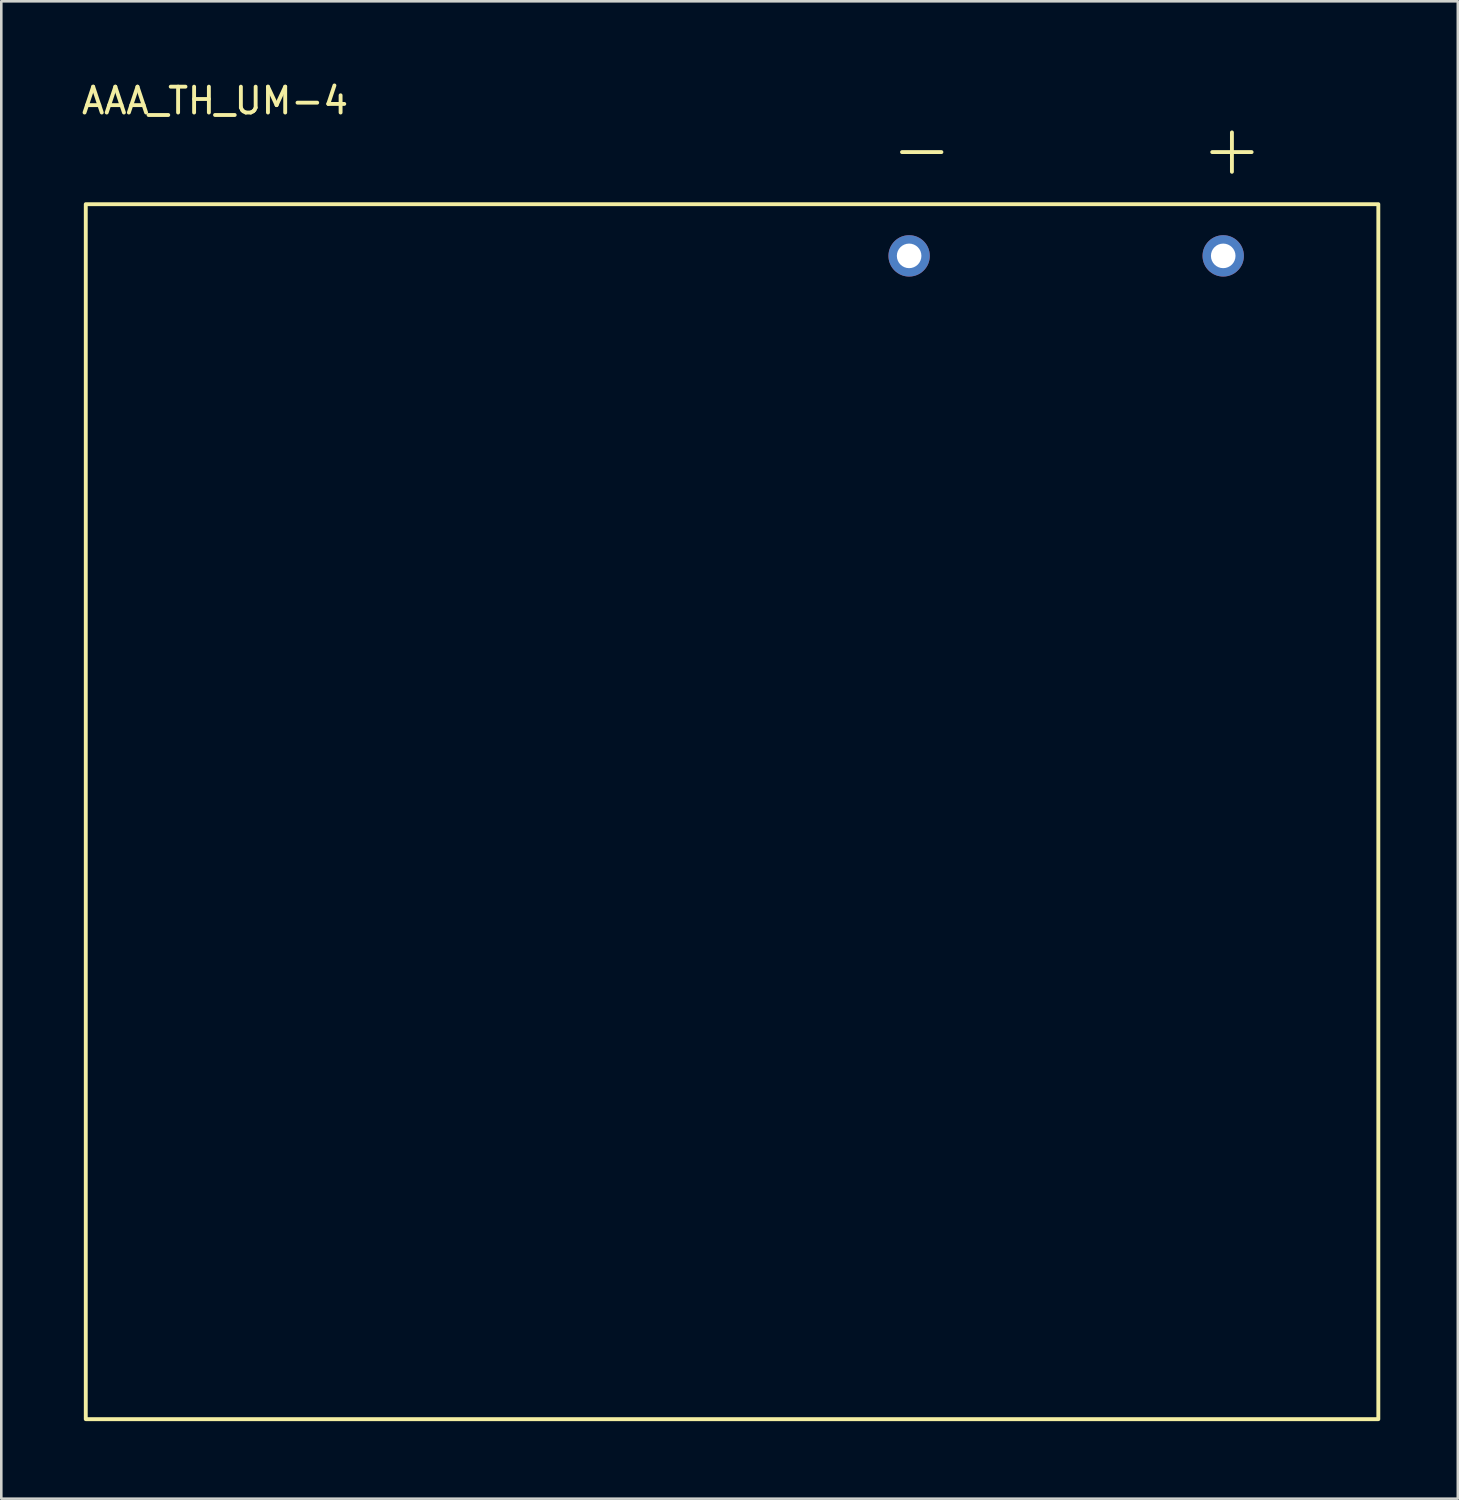
<source format=kicad_pcb>
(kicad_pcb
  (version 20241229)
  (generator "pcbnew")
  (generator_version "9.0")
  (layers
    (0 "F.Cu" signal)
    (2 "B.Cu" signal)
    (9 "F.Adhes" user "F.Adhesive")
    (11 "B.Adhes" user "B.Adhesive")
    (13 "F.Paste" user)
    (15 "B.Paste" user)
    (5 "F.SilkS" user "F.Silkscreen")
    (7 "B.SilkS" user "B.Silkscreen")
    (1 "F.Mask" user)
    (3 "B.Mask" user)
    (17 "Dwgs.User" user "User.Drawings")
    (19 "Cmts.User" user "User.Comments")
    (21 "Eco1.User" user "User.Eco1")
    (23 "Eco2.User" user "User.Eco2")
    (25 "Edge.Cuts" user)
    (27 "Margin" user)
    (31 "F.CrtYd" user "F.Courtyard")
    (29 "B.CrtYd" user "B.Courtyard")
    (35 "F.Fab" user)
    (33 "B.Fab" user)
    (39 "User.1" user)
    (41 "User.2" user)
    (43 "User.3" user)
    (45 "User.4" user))
  (footprint "AAA_TH_UM-4"
    (layer "F.Cu")
    (at 0.268 4.848)
    (property "Reference" "AAA_TH_UM-4" (at 5 -4 0) (unlocked yes) (layer "F.SilkS") (effects (font (size 1 1) (thickness 0.15))))
    (attr smd)
    (fp_rect (start 0 0) (end 50 47) (stroke (width 0.15) (type default)) (fill no) (layer "F.SilkS"))
    (fp_text user "-" (at 31 -1 0) (unlocked yes) (layer "F.SilkS") (effects (font (size 2 2) (thickness 0.15)) (justify left bottom)))
    (fp_text user "+" (at 43 -1 0) (unlocked yes) (layer "F.SilkS") (effects (font (size 2 2) (thickness 0.15)) (justify left bottom)))
    (pad "1" thru_hole circle (at 44 2) (size 1.6 1.6) (drill 0.95) (layers "*.Cu" "*.Mask"))
    (pad "2" thru_hole circle (at 31.85 2) (size 1.6 1.6) (drill 0.95) (layers "*.Cu" "*.Mask")))
  (gr_rect
    (start -3 -3)
    (end 53.343 54.923)
    (stroke (width 0.1) (type default))
    (fill no)
    (layer "Edge.Cuts")))
</source>
